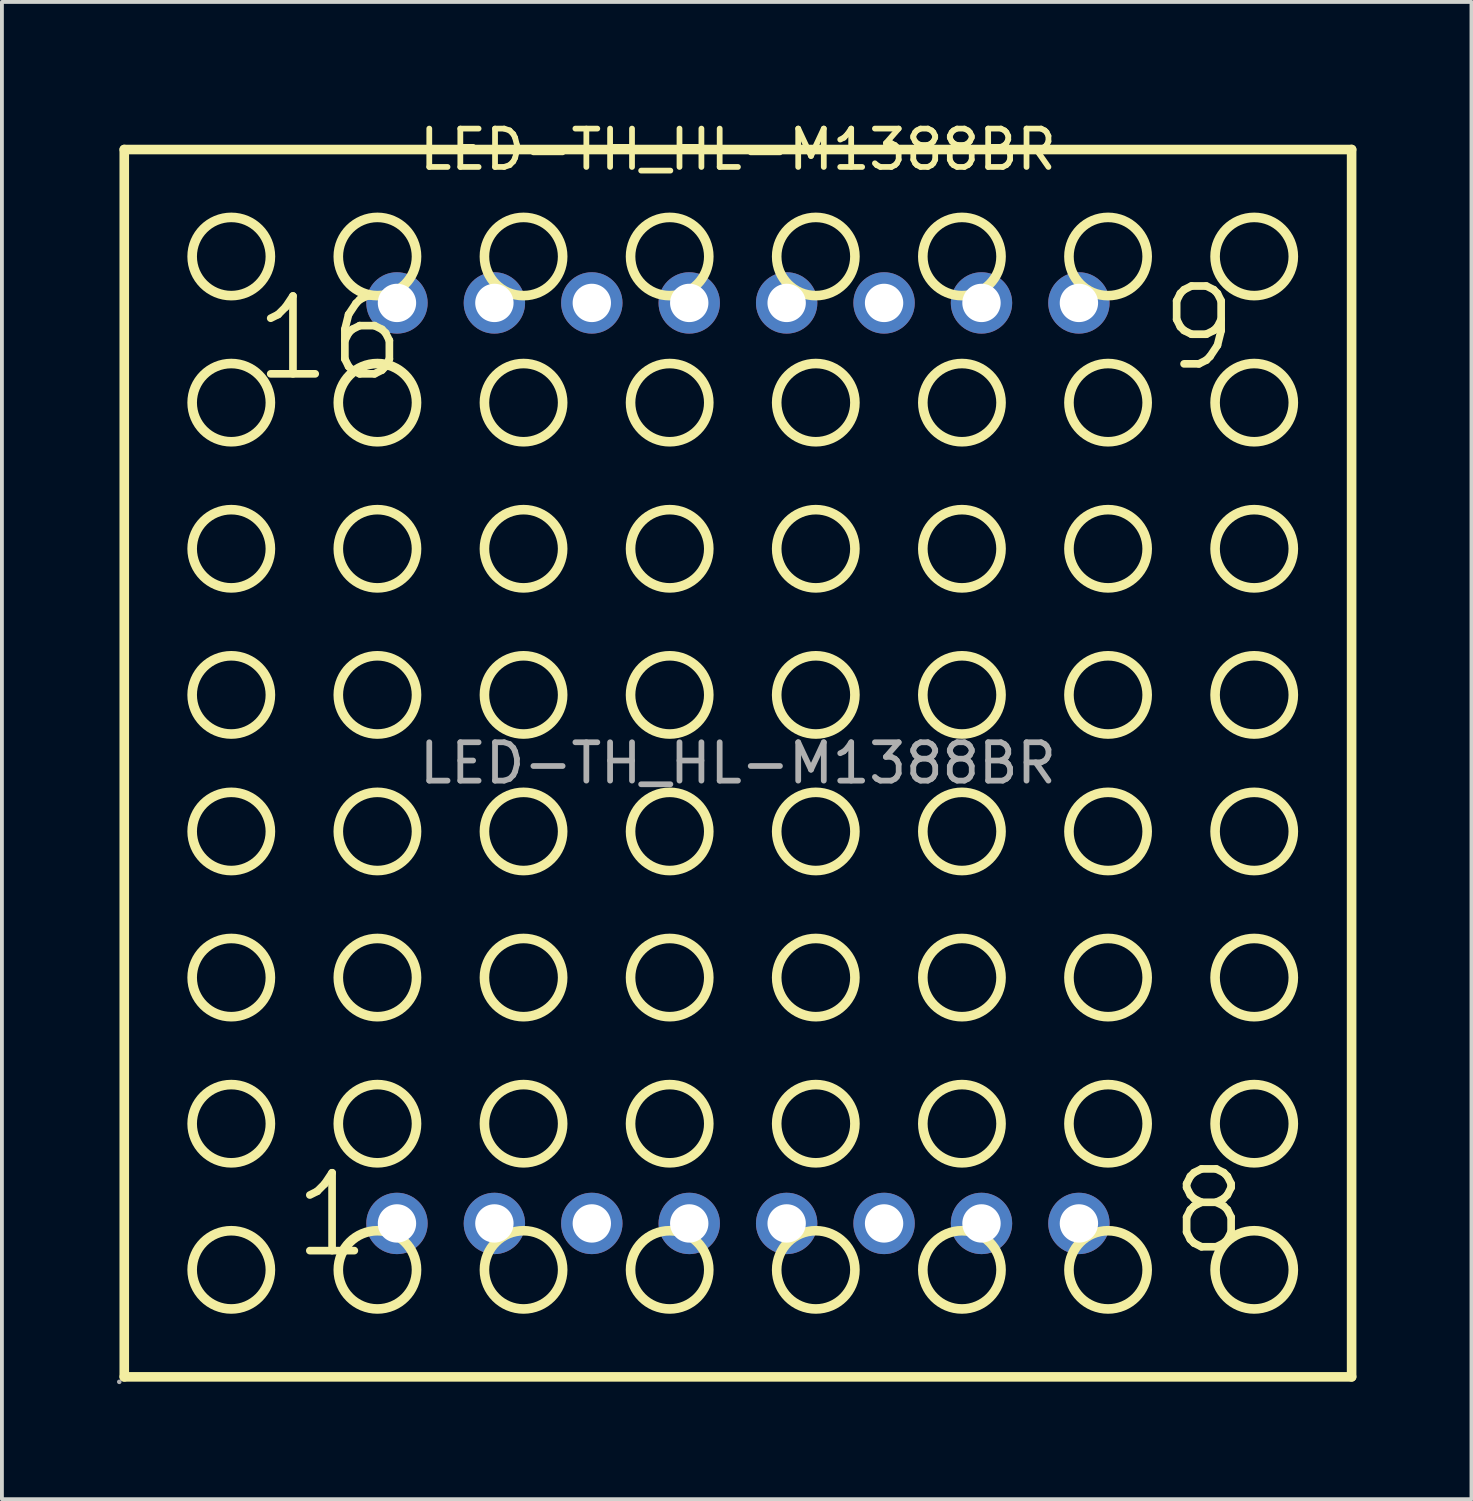
<source format=kicad_pcb>
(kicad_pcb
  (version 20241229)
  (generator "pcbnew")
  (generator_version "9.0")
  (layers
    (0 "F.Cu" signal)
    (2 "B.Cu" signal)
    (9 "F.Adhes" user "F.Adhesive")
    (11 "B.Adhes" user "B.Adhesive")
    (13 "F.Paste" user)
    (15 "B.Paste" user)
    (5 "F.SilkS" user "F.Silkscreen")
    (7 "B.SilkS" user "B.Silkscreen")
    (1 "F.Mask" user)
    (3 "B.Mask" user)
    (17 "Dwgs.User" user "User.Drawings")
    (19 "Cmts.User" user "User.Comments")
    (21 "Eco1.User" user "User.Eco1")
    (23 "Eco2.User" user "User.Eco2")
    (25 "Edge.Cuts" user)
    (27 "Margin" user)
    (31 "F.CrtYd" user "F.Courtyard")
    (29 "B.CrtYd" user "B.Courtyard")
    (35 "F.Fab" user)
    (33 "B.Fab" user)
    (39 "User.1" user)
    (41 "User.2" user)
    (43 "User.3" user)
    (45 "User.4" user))
  (footprint "LED-TH_HL-M1388BR"
    (layer "F.Cu")
    (at 16.19 16.848)
    (property "Reference" "LED-TH_HL-M1388BR" (at 0 -16 0) (layer "F.SilkS") (effects (font (size 1 1) (thickness 0.15))))
    (attr through_hole)
    (fp_line (start -16 -16) (end 16 -16) (stroke (width 0.25) (type solid)) (layer "F.SilkS"))
    (fp_line (start -16 16) (end -16 -16) (stroke (width 0.25) (type solid)) (layer "F.SilkS"))
    (fp_line (start 16 -16) (end 16 16) (stroke (width 0.25) (type solid)) (layer "F.SilkS"))
    (fp_line (start 16 16) (end -16 16) (stroke (width 0.25) (type solid)) (layer "F.SilkS"))
    (fp_circle (center -13.21 -13.21) (end -12.19 -13.21) (stroke (width 0.25) (type solid)) (fill no) (layer "F.SilkS"))
    (fp_circle (center -13.21 -9.4) (end -12.19 -9.4) (stroke (width 0.25) (type solid)) (fill no) (layer "F.SilkS"))
    (fp_circle (center -13.21 -5.59) (end -12.19 -5.59) (stroke (width 0.25) (type solid)) (fill no) (layer "F.SilkS"))
    (fp_circle (center -13.21 -1.78) (end -12.19 -1.78) (stroke (width 0.25) (type solid)) (fill no) (layer "F.SilkS"))
    (fp_circle (center -13.21 1.78) (end -12.19 1.78) (stroke (width 0.25) (type solid)) (fill no) (layer "F.SilkS"))
    (fp_circle (center -13.21 5.59) (end -12.19 5.59) (stroke (width 0.25) (type solid)) (fill no) (layer "F.SilkS"))
    (fp_circle (center -13.21 9.4) (end -12.19 9.4) (stroke (width 0.25) (type solid)) (fill no) (layer "F.SilkS"))
    (fp_circle (center -13.21 13.21) (end -12.19 13.21) (stroke (width 0.25) (type solid)) (fill no) (layer "F.SilkS"))
    (fp_circle (center -9.4 -13.21) (end -8.38 -13.21) (stroke (width 0.25) (type solid)) (fill no) (layer "F.SilkS"))
    (fp_circle (center -9.4 -9.4) (end -8.38 -9.4) (stroke (width 0.25) (type solid)) (fill no) (layer "F.SilkS"))
    (fp_circle (center -9.4 -5.59) (end -8.38 -5.59) (stroke (width 0.25) (type solid)) (fill no) (layer "F.SilkS"))
    (fp_circle (center -9.4 -1.78) (end -8.38 -1.78) (stroke (width 0.25) (type solid)) (fill no) (layer "F.SilkS"))
    (fp_circle (center -9.4 1.78) (end -8.38 1.78) (stroke (width 0.25) (type solid)) (fill no) (layer "F.SilkS"))
    (fp_circle (center -9.4 5.59) (end -8.38 5.59) (stroke (width 0.25) (type solid)) (fill no) (layer "F.SilkS"))
    (fp_circle (center -9.4 9.4) (end -8.38 9.4) (stroke (width 0.25) (type solid)) (fill no) (layer "F.SilkS"))
    (fp_circle (center -9.4 13.21) (end -8.38 13.21) (stroke (width 0.25) (type solid)) (fill no) (layer "F.SilkS"))
    (fp_circle (center -5.59 -13.21) (end -4.57 -13.21) (stroke (width 0.25) (type solid)) (fill no) (layer "F.SilkS"))
    (fp_circle (center -5.59 -9.4) (end -4.57 -9.4) (stroke (width 0.25) (type solid)) (fill no) (layer "F.SilkS"))
    (fp_circle (center -5.59 -5.59) (end -4.57 -5.59) (stroke (width 0.25) (type solid)) (fill no) (layer "F.SilkS"))
    (fp_circle (center -5.59 -1.78) (end -4.57 -1.78) (stroke (width 0.25) (type solid)) (fill no) (layer "F.SilkS"))
    (fp_circle (center -5.59 1.78) (end -4.57 1.78) (stroke (width 0.25) (type solid)) (fill no) (layer "F.SilkS"))
    (fp_circle (center -5.59 5.59) (end -4.57 5.59) (stroke (width 0.25) (type solid)) (fill no) (layer "F.SilkS"))
    (fp_circle (center -5.59 9.4) (end -4.57 9.4) (stroke (width 0.25) (type solid)) (fill no) (layer "F.SilkS"))
    (fp_circle (center -5.59 13.21) (end -4.57 13.21) (stroke (width 0.25) (type solid)) (fill no) (layer "F.SilkS"))
    (fp_circle (center -1.78 -13.21) (end -0.76 -13.21) (stroke (width 0.25) (type solid)) (fill no) (layer "F.SilkS"))
    (fp_circle (center -1.78 -9.4) (end -0.76 -9.4) (stroke (width 0.25) (type solid)) (fill no) (layer "F.SilkS"))
    (fp_circle (center -1.78 -5.59) (end -0.76 -5.59) (stroke (width 0.25) (type solid)) (fill no) (layer "F.SilkS"))
    (fp_circle (center -1.78 -1.78) (end -0.76 -1.78) (stroke (width 0.25) (type solid)) (fill no) (layer "F.SilkS"))
    (fp_circle (center -1.78 1.78) (end -0.76 1.78) (stroke (width 0.25) (type solid)) (fill no) (layer "F.SilkS"))
    (fp_circle (center -1.78 5.59) (end -0.76 5.59) (stroke (width 0.25) (type solid)) (fill no) (layer "F.SilkS"))
    (fp_circle (center -1.78 9.4) (end -0.76 9.4) (stroke (width 0.25) (type solid)) (fill no) (layer "F.SilkS"))
    (fp_circle (center -1.78 13.21) (end -0.76 13.21) (stroke (width 0.25) (type solid)) (fill no) (layer "F.SilkS"))
    (fp_circle (center 2.03 -13.21) (end 3.05 -13.21) (stroke (width 0.25) (type solid)) (fill no) (layer "F.SilkS"))
    (fp_circle (center 2.03 -9.4) (end 3.05 -9.4) (stroke (width 0.25) (type solid)) (fill no) (layer "F.SilkS"))
    (fp_circle (center 2.03 -5.59) (end 3.05 -5.59) (stroke (width 0.25) (type solid)) (fill no) (layer "F.SilkS"))
    (fp_circle (center 2.03 -1.78) (end 3.05 -1.78) (stroke (width 0.25) (type solid)) (fill no) (layer "F.SilkS"))
    (fp_circle (center 2.03 1.78) (end 3.05 1.78) (stroke (width 0.25) (type solid)) (fill no) (layer "F.SilkS"))
    (fp_circle (center 2.03 5.59) (end 3.05 5.59) (stroke (width 0.25) (type solid)) (fill no) (layer "F.SilkS"))
    (fp_circle (center 2.03 9.4) (end 3.05 9.4) (stroke (width 0.25) (type solid)) (fill no) (layer "F.SilkS"))
    (fp_circle (center 2.03 13.21) (end 3.05 13.21) (stroke (width 0.25) (type solid)) (fill no) (layer "F.SilkS"))
    (fp_circle (center 5.84 -13.21) (end 6.86 -13.21) (stroke (width 0.25) (type solid)) (fill no) (layer "F.SilkS"))
    (fp_circle (center 5.84 -9.4) (end 6.86 -9.4) (stroke (width 0.25) (type solid)) (fill no) (layer "F.SilkS"))
    (fp_circle (center 5.84 -5.59) (end 6.86 -5.59) (stroke (width 0.25) (type solid)) (fill no) (layer "F.SilkS"))
    (fp_circle (center 5.84 -1.78) (end 6.86 -1.78) (stroke (width 0.25) (type solid)) (fill no) (layer "F.SilkS"))
    (fp_circle (center 5.84 1.78) (end 6.86 1.78) (stroke (width 0.25) (type solid)) (fill no) (layer "F.SilkS"))
    (fp_circle (center 5.84 5.59) (end 6.86 5.59) (stroke (width 0.25) (type solid)) (fill no) (layer "F.SilkS"))
    (fp_circle (center 5.84 9.4) (end 6.86 9.4) (stroke (width 0.25) (type solid)) (fill no) (layer "F.SilkS"))
    (fp_circle (center 5.84 13.21) (end 6.86 13.21) (stroke (width 0.25) (type solid)) (fill no) (layer "F.SilkS"))
    (fp_circle (center 9.65 -13.21) (end 10.67 -13.21) (stroke (width 0.25) (type solid)) (fill no) (layer "F.SilkS"))
    (fp_circle (center 9.65 -9.4) (end 10.67 -9.4) (stroke (width 0.25) (type solid)) (fill no) (layer "F.SilkS"))
    (fp_circle (center 9.65 -5.59) (end 10.67 -5.59) (stroke (width 0.25) (type solid)) (fill no) (layer "F.SilkS"))
    (fp_circle (center 9.65 -1.78) (end 10.67 -1.78) (stroke (width 0.25) (type solid)) (fill no) (layer "F.SilkS"))
    (fp_circle (center 9.65 1.78) (end 10.67 1.78) (stroke (width 0.25) (type solid)) (fill no) (layer "F.SilkS"))
    (fp_circle (center 9.65 5.59) (end 10.67 5.59) (stroke (width 0.25) (type solid)) (fill no) (layer "F.SilkS"))
    (fp_circle (center 9.65 9.4) (end 10.67 9.4) (stroke (width 0.25) (type solid)) (fill no) (layer "F.SilkS"))
    (fp_circle (center 9.65 13.21) (end 10.67 13.21) (stroke (width 0.25) (type solid)) (fill no) (layer "F.SilkS"))
    (fp_circle (center 13.46 -13.21) (end 14.48 -13.21) (stroke (width 0.25) (type solid)) (fill no) (layer "F.SilkS"))
    (fp_circle (center 13.46 -9.4) (end 14.48 -9.4) (stroke (width 0.25) (type solid)) (fill no) (layer "F.SilkS"))
    (fp_circle (center 13.46 -5.59) (end 14.48 -5.59) (stroke (width 0.25) (type solid)) (fill no) (layer "F.SilkS"))
    (fp_circle (center 13.46 -1.78) (end 14.48 -1.78) (stroke (width 0.25) (type solid)) (fill no) (layer "F.SilkS"))
    (fp_circle (center 13.46 1.78) (end 14.48 1.78) (stroke (width 0.25) (type solid)) (fill no) (layer "F.SilkS"))
    (fp_circle (center 13.46 5.59) (end 14.48 5.59) (stroke (width 0.25) (type solid)) (fill no) (layer "F.SilkS"))
    (fp_circle (center 13.46 9.4) (end 14.48 9.4) (stroke (width 0.25) (type solid)) (fill no) (layer "F.SilkS"))
    (fp_circle (center 13.46 13.21) (end 14.48 13.21) (stroke (width 0.25) (type solid)) (fill no) (layer "F.SilkS"))
    (fp_circle (center -16.13 16.13) (end -16.1 16.13) (stroke (width 0.06) (type solid)) (fill no) (layer "F.Fab"))
    (fp_circle (center -8.89 -12) (end -8.69 -12) (stroke (width 0.4) (type solid)) (fill no) (layer "F.Fab"))
    (fp_circle (center -8.89 12) (end -8.69 12) (stroke (width 0.4) (type solid)) (fill no) (layer "F.Fab"))
    (fp_circle (center -6.35 -12) (end -6.15 -12) (stroke (width 0.4) (type solid)) (fill no) (layer "F.Fab"))
    (fp_circle (center -6.35 12) (end -6.15 12) (stroke (width 0.4) (type solid)) (fill no) (layer "F.Fab"))
    (fp_circle (center -3.81 -12) (end -3.61 -12) (stroke (width 0.4) (type solid)) (fill no) (layer "F.Fab"))
    (fp_circle (center -3.81 12) (end -3.61 12) (stroke (width 0.4) (type solid)) (fill no) (layer "F.Fab"))
    (fp_circle (center -1.27 -12) (end -1.07 -12) (stroke (width 0.4) (type solid)) (fill no) (layer "F.Fab"))
    (fp_circle (center -1.27 12) (end -1.07 12) (stroke (width 0.4) (type solid)) (fill no) (layer "F.Fab"))
    (fp_circle (center 1.27 -12) (end 1.47 -12) (stroke (width 0.4) (type solid)) (fill no) (layer "F.Fab"))
    (fp_circle (center 1.27 12) (end 1.47 12) (stroke (width 0.4) (type solid)) (fill no) (layer "F.Fab"))
    (fp_circle (center 3.81 -12) (end 4.01 -12) (stroke (width 0.4) (type solid)) (fill no) (layer "F.Fab"))
    (fp_circle (center 3.81 12) (end 4.01 12) (stroke (width 0.4) (type solid)) (fill no) (layer "F.Fab"))
    (fp_circle (center 6.35 -12) (end 6.55 -12) (stroke (width 0.4) (type solid)) (fill no) (layer "F.Fab"))
    (fp_circle (center 6.35 12) (end 6.55 12) (stroke (width 0.4) (type solid)) (fill no) (layer "F.Fab"))
    (fp_circle (center 8.89 -12) (end 9.09 -12) (stroke (width 0.4) (type solid)) (fill no) (layer "F.Fab"))
    (fp_circle (center 8.89 12) (end 9.09 12) (stroke (width 0.4) (type solid)) (fill no) (layer "F.Fab"))
    (fp_text user "8" (at 11.18 11.68 0) (layer "F.SilkS") (effects (font (size 2.03 2.03) (thickness 0.2)) (justify left)))
    (fp_text user "16" (at -12.7 -11.08 0) (layer "F.SilkS") (effects (font (size 2.03 2.03) (thickness 0.2)) (justify left)))
    (fp_text user "9" (at 10.92 -11.34 0) (layer "F.SilkS") (effects (font (size 2.03 2.03) (thickness 0.2)) (justify left)))
    (fp_text user "1" (at -11.68 11.78 0) (layer "F.SilkS") (effects (font (size 2.03 2.03) (thickness 0.2)) (justify left)))
    (fp_text user "${REFERENCE}" (at 0 0 0) (layer "F.Fab") (effects (font (size 1 1) (thickness 0.15))))
    (pad "1" thru_hole circle (at -8.89 12) (size 1.6 1.6) (drill 1) (layers "*.Cu" "*.Paste" "*.Mask"))
    (pad "2" thru_hole circle (at -6.35 12) (size 1.6 1.6) (drill 1) (layers "*.Cu" "*.Paste" "*.Mask"))
    (pad "3" thru_hole circle (at -3.81 12) (size 1.6 1.6) (drill 1) (layers "*.Cu" "*.Paste" "*.Mask"))
    (pad "4" thru_hole circle (at -1.27 12) (size 1.6 1.6) (drill 1) (layers "*.Cu" "*.Paste" "*.Mask"))
    (pad "5" thru_hole circle (at 1.27 12) (size 1.6 1.6) (drill 1) (layers "*.Cu" "*.Paste" "*.Mask"))
    (pad "6" thru_hole circle (at 3.81 12) (size 1.6 1.6) (drill 1) (layers "*.Cu" "*.Paste" "*.Mask"))
    (pad "7" thru_hole circle (at 6.35 12) (size 1.6 1.6) (drill 1) (layers "*.Cu" "*.Paste" "*.Mask"))
    (pad "8" thru_hole circle (at 8.89 12) (size 1.6 1.6) (drill 1) (layers "*.Cu" "*.Paste" "*.Mask"))
    (pad "9" thru_hole circle (at 8.89 -12) (size 1.6 1.6) (drill 1) (layers "*.Cu" "*.Paste" "*.Mask"))
    (pad "10" thru_hole circle (at 6.35 -12) (size 1.6 1.6) (drill 1) (layers "*.Cu" "*.Paste" "*.Mask"))
    (pad "11" thru_hole circle (at 3.81 -12) (size 1.6 1.6) (drill 1) (layers "*.Cu" "*.Paste" "*.Mask"))
    (pad "12" thru_hole circle (at 1.27 -12) (size 1.6 1.6) (drill 1) (layers "*.Cu" "*.Paste" "*.Mask"))
    (pad "13" thru_hole circle (at -1.27 -12) (size 1.6 1.6) (drill 1) (layers "*.Cu" "*.Paste" "*.Mask"))
    (pad "14" thru_hole circle (at -3.81 -12) (size 1.6 1.6) (drill 1) (layers "*.Cu" "*.Paste" "*.Mask"))
    (pad "15" thru_hole circle (at -6.35 -12) (size 1.6 1.6) (drill 1) (layers "*.Cu" "*.Paste" "*.Mask"))
    (pad "16" thru_hole circle (at -8.89 -12) (size 1.6 1.6) (drill 1) (layers "*.Cu" "*.Paste" "*.Mask")))
  (gr_rect
    (start -3 -3)
    (end 35.315 36.038)
    (stroke (width 0.1) (type default))
    (fill no)
    (layer "Edge.Cuts")))
</source>
